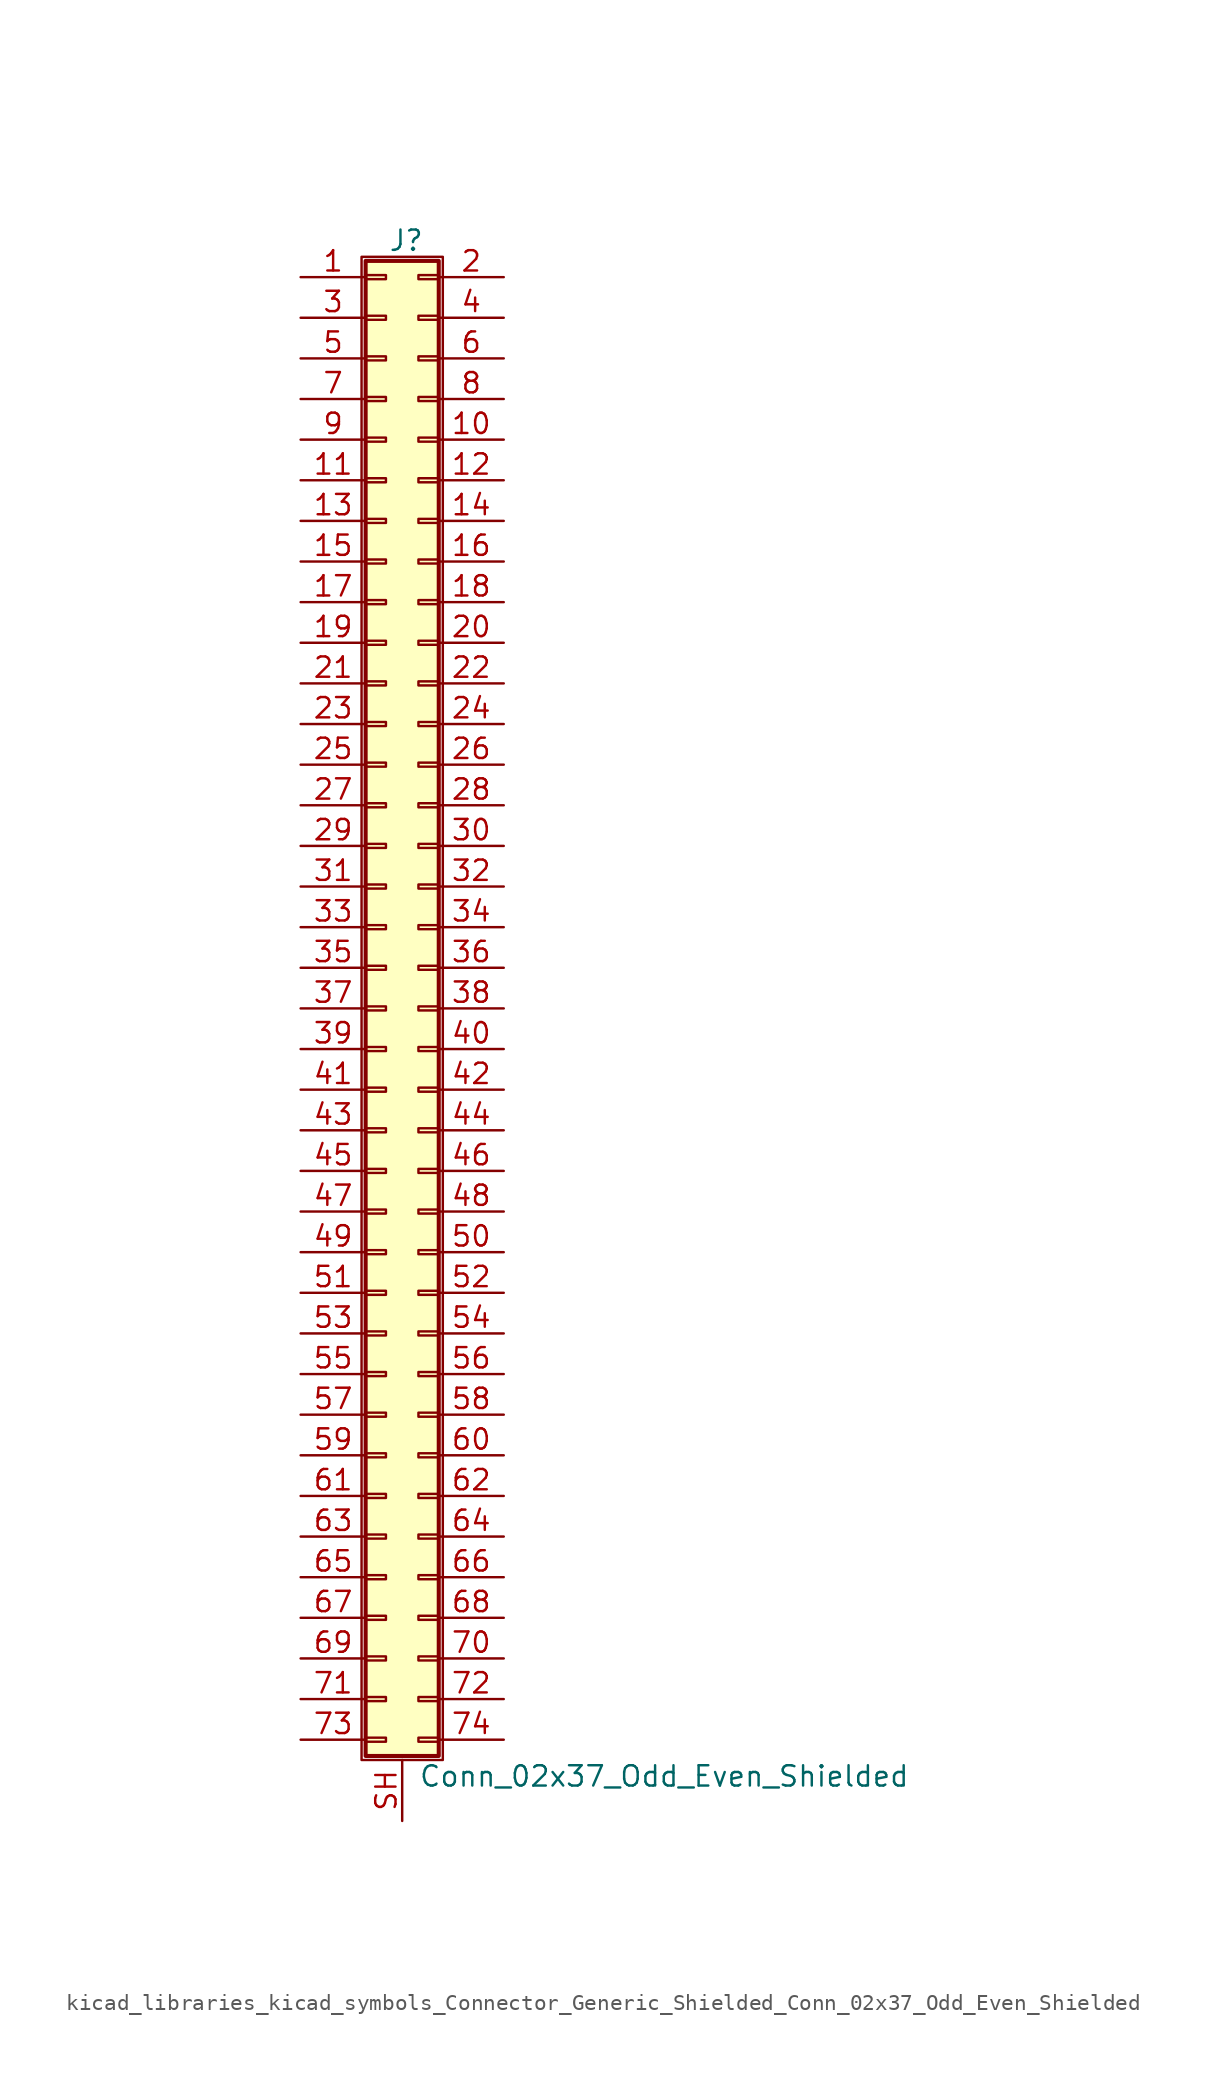
<source format=kicad_sym>
(kicad_symbol_lib
  (version 20220914)
  (generator kicad_symbol_editor)
  (symbol "kicad_libraries_kicad_symbols_Connector_Generic_Shielded_Conn_02x37_Odd_Even_Shielded"
    (pin_names
      (offset 1.016) hide)
    (property "Reference" "J"
      (at 1.524 48.006 0)
      (effects (font (size 1.27 1.27))))
    (property "Value" "Conn_02x37_Odd_Even_Shielded"
      (at 2.286 -48.006 0)
      (effects (font (size 1.27 1.27)) (justify left)))
    (symbol "kicad_libraries_kicad_symbols_Connector_Generic_Shielded_Conn_02x37_Odd_Even_Shielded_1_1"
      (rectangle (start -1.27 46.99) (end 3.81 -46.99) (stroke (width 0.152) (type default)) (fill (type none)))
      (rectangle (start -1.016 -45.593) (end 0.254 -45.847) (stroke (width 0.152) (type default)) (fill (type none)))
      (rectangle (start -1.016 -43.053) (end 0.254 -43.307) (stroke (width 0.152) (type default)) (fill (type none)))
      (rectangle (start -1.016 -40.513) (end 0.254 -40.767) (stroke (width 0.152) (type default)) (fill (type none)))
      (rectangle (start -1.016 -37.973) (end 0.254 -38.227) (stroke (width 0.152) (type default)) (fill (type none)))
      (rectangle (start -1.016 -35.433) (end 0.254 -35.687) (stroke (width 0.152) (type default)) (fill (type none)))
      (rectangle (start -1.016 -32.893) (end 0.254 -33.147) (stroke (width 0.152) (type default)) (fill (type none)))
      (rectangle (start -1.016 -30.353) (end 0.254 -30.607) (stroke (width 0.152) (type default)) (fill (type none)))
      (rectangle (start -1.016 -27.813) (end 0.254 -28.067) (stroke (width 0.152) (type default)) (fill (type none)))
      (rectangle (start -1.016 -25.273) (end 0.254 -25.527) (stroke (width 0.152) (type default)) (fill (type none)))
      (rectangle (start -1.016 -22.733) (end 0.254 -22.987) (stroke (width 0.152) (type default)) (fill (type none)))
      (rectangle (start -1.016 -20.193) (end 0.254 -20.447) (stroke (width 0.152) (type default)) (fill (type none)))
      (rectangle (start -1.016 -17.653) (end 0.254 -17.907) (stroke (width 0.152) (type default)) (fill (type none)))
      (rectangle (start -1.016 -15.113) (end 0.254 -15.367) (stroke (width 0.152) (type default)) (fill (type none)))
      (rectangle (start -1.016 -12.573) (end 0.254 -12.827) (stroke (width 0.152) (type default)) (fill (type none)))
      (rectangle (start -1.016 -10.033) (end 0.254 -10.287) (stroke (width 0.152) (type default)) (fill (type none)))
      (rectangle (start -1.016 -7.493) (end 0.254 -7.747) (stroke (width 0.152) (type default)) (fill (type none)))
      (rectangle (start -1.016 -4.953) (end 0.254 -5.207) (stroke (width 0.152) (type default)) (fill (type none)))
      (rectangle (start -1.016 -2.413) (end 0.254 -2.667) (stroke (width 0.152) (type default)) (fill (type none)))
      (rectangle (start -1.016 0.127) (end 0.254 -0.127) (stroke (width 0.152) (type default)) (fill (type none)))
      (rectangle (start -1.016 2.667) (end 0.254 2.413) (stroke (width 0.152) (type default)) (fill (type none)))
      (rectangle (start -1.016 5.207) (end 0.254 4.953) (stroke (width 0.152) (type default)) (fill (type none)))
      (rectangle (start -1.016 7.747) (end 0.254 7.493) (stroke (width 0.152) (type default)) (fill (type none)))
      (rectangle (start -1.016 10.287) (end 0.254 10.033) (stroke (width 0.152) (type default)) (fill (type none)))
      (rectangle (start -1.016 12.827) (end 0.254 12.573) (stroke (width 0.152) (type default)) (fill (type none)))
      (rectangle (start -1.016 15.367) (end 0.254 15.113) (stroke (width 0.152) (type default)) (fill (type none)))
      (rectangle (start -1.016 17.907) (end 0.254 17.653) (stroke (width 0.152) (type default)) (fill (type none)))
      (rectangle (start -1.016 20.447) (end 0.254 20.193) (stroke (width 0.152) (type default)) (fill (type none)))
      (rectangle (start -1.016 22.987) (end 0.254 22.733) (stroke (width 0.152) (type default)) (fill (type none)))
      (rectangle (start -1.016 25.527) (end 0.254 25.273) (stroke (width 0.152) (type default)) (fill (type none)))
      (rectangle (start -1.016 28.067) (end 0.254 27.813) (stroke (width 0.152) (type default)) (fill (type none)))
      (rectangle (start -1.016 30.607) (end 0.254 30.353) (stroke (width 0.152) (type default)) (fill (type none)))
      (rectangle (start -1.016 33.147) (end 0.254 32.893) (stroke (width 0.152) (type default)) (fill (type none)))
      (rectangle (start -1.016 35.687) (end 0.254 35.433) (stroke (width 0.152) (type default)) (fill (type none)))
      (rectangle (start -1.016 38.227) (end 0.254 37.973) (stroke (width 0.152) (type default)) (fill (type none)))
      (rectangle (start -1.016 40.767) (end 0.254 40.513) (stroke (width 0.152) (type default)) (fill (type none)))
      (rectangle (start -1.016 43.307) (end 0.254 43.053) (stroke (width 0.152) (type default)) (fill (type none)))
      (rectangle (start -1.016 45.847) (end 0.254 45.593) (stroke (width 0.152) (type default)) (fill (type none)))
      (rectangle (start -1.016 46.736) (end 3.556 -46.736) (stroke (width 0.254) (type default)) (fill (type background)))
      (rectangle (start 3.556 -45.593) (end 2.286 -45.847) (stroke (width 0.152) (type default)) (fill (type none)))
      (rectangle (start 3.556 -43.053) (end 2.286 -43.307) (stroke (width 0.152) (type default)) (fill (type none)))
      (rectangle (start 3.556 -40.513) (end 2.286 -40.767) (stroke (width 0.152) (type default)) (fill (type none)))
      (rectangle (start 3.556 -37.973) (end 2.286 -38.227) (stroke (width 0.152) (type default)) (fill (type none)))
      (rectangle (start 3.556 -35.433) (end 2.286 -35.687) (stroke (width 0.152) (type default)) (fill (type none)))
      (rectangle (start 3.556 -32.893) (end 2.286 -33.147) (stroke (width 0.152) (type default)) (fill (type none)))
      (rectangle (start 3.556 -30.353) (end 2.286 -30.607) (stroke (width 0.152) (type default)) (fill (type none)))
      (rectangle (start 3.556 -27.813) (end 2.286 -28.067) (stroke (width 0.152) (type default)) (fill (type none)))
      (rectangle (start 3.556 -25.273) (end 2.286 -25.527) (stroke (width 0.152) (type default)) (fill (type none)))
      (rectangle (start 3.556 -22.733) (end 2.286 -22.987) (stroke (width 0.152) (type default)) (fill (type none)))
      (rectangle (start 3.556 -20.193) (end 2.286 -20.447) (stroke (width 0.152) (type default)) (fill (type none)))
      (rectangle (start 3.556 -17.653) (end 2.286 -17.907) (stroke (width 0.152) (type default)) (fill (type none)))
      (rectangle (start 3.556 -15.113) (end 2.286 -15.367) (stroke (width 0.152) (type default)) (fill (type none)))
      (rectangle (start 3.556 -12.573) (end 2.286 -12.827) (stroke (width 0.152) (type default)) (fill (type none)))
      (rectangle (start 3.556 -10.033) (end 2.286 -10.287) (stroke (width 0.152) (type default)) (fill (type none)))
      (rectangle (start 3.556 -7.493) (end 2.286 -7.747) (stroke (width 0.152) (type default)) (fill (type none)))
      (rectangle (start 3.556 -4.953) (end 2.286 -5.207) (stroke (width 0.152) (type default)) (fill (type none)))
      (rectangle (start 3.556 -2.413) (end 2.286 -2.667) (stroke (width 0.152) (type default)) (fill (type none)))
      (rectangle (start 3.556 0.127) (end 2.286 -0.127) (stroke (width 0.152) (type default)) (fill (type none)))
      (rectangle (start 3.556 2.667) (end 2.286 2.413) (stroke (width 0.152) (type default)) (fill (type none)))
      (rectangle (start 3.556 5.207) (end 2.286 4.953) (stroke (width 0.152) (type default)) (fill (type none)))
      (rectangle (start 3.556 7.747) (end 2.286 7.493) (stroke (width 0.152) (type default)) (fill (type none)))
      (rectangle (start 3.556 10.287) (end 2.286 10.033) (stroke (width 0.152) (type default)) (fill (type none)))
      (rectangle (start 3.556 12.827) (end 2.286 12.573) (stroke (width 0.152) (type default)) (fill (type none)))
      (rectangle (start 3.556 15.367) (end 2.286 15.113) (stroke (width 0.152) (type default)) (fill (type none)))
      (rectangle (start 3.556 17.907) (end 2.286 17.653) (stroke (width 0.152) (type default)) (fill (type none)))
      (rectangle (start 3.556 20.447) (end 2.286 20.193) (stroke (width 0.152) (type default)) (fill (type none)))
      (rectangle (start 3.556 22.987) (end 2.286 22.733) (stroke (width 0.152) (type default)) (fill (type none)))
      (rectangle (start 3.556 25.527) (end 2.286 25.273) (stroke (width 0.152) (type default)) (fill (type none)))
      (rectangle (start 3.556 28.067) (end 2.286 27.813) (stroke (width 0.152) (type default)) (fill (type none)))
      (rectangle (start 3.556 30.607) (end 2.286 30.353) (stroke (width 0.152) (type default)) (fill (type none)))
      (rectangle (start 3.556 33.147) (end 2.286 32.893) (stroke (width 0.152) (type default)) (fill (type none)))
      (rectangle (start 3.556 35.687) (end 2.286 35.433) (stroke (width 0.152) (type default)) (fill (type none)))
      (rectangle (start 3.556 38.227) (end 2.286 37.973) (stroke (width 0.152) (type default)) (fill (type none)))
      (rectangle (start 3.556 40.767) (end 2.286 40.513) (stroke (width 0.152) (type default)) (fill (type none)))
      (rectangle (start 3.556 43.307) (end 2.286 43.053) (stroke (width 0.152) (type default)) (fill (type none)))
      (rectangle (start 3.556 45.847) (end 2.286 45.593) (stroke (width 0.152) (type default)) (fill (type none)))
      (pin passive line (at -5.08 45.72 0) (length 4.064) (name "Pin_1" (effects (font (size 1.27 1.27)))) (number "1" (effects (font (size 1.27 1.27)))))
      (pin passive line (at 7.62 35.56 180) (length 4.064) (name "Pin_10" (effects (font (size 1.27 1.27)))) (number "10" (effects (font (size 1.27 1.27)))))
      (pin passive line (at -5.08 33.02 0) (length 4.064) (name "Pin_11" (effects (font (size 1.27 1.27)))) (number "11" (effects (font (size 1.27 1.27)))))
      (pin passive line (at 7.62 33.02 180) (length 4.064) (name "Pin_12" (effects (font (size 1.27 1.27)))) (number "12" (effects (font (size 1.27 1.27)))))
      (pin passive line (at -5.08 30.48 0) (length 4.064) (name "Pin_13" (effects (font (size 1.27 1.27)))) (number "13" (effects (font (size 1.27 1.27)))))
      (pin passive line (at 7.62 30.48 180) (length 4.064) (name "Pin_14" (effects (font (size 1.27 1.27)))) (number "14" (effects (font (size 1.27 1.27)))))
      (pin passive line (at -5.08 27.94 0) (length 4.064) (name "Pin_15" (effects (font (size 1.27 1.27)))) (number "15" (effects (font (size 1.27 1.27)))))
      (pin passive line (at 7.62 27.94 180) (length 4.064) (name "Pin_16" (effects (font (size 1.27 1.27)))) (number "16" (effects (font (size 1.27 1.27)))))
      (pin passive line (at -5.08 25.4 0) (length 4.064) (name "Pin_17" (effects (font (size 1.27 1.27)))) (number "17" (effects (font (size 1.27 1.27)))))
      (pin passive line (at 7.62 25.4 180) (length 4.064) (name "Pin_18" (effects (font (size 1.27 1.27)))) (number "18" (effects (font (size 1.27 1.27)))))
      (pin passive line (at -5.08 22.86 0) (length 4.064) (name "Pin_19" (effects (font (size 1.27 1.27)))) (number "19" (effects (font (size 1.27 1.27)))))
      (pin passive line (at 7.62 45.72 180) (length 4.064) (name "Pin_2" (effects (font (size 1.27 1.27)))) (number "2" (effects (font (size 1.27 1.27)))))
      (pin passive line (at 7.62 22.86 180) (length 4.064) (name "Pin_20" (effects (font (size 1.27 1.27)))) (number "20" (effects (font (size 1.27 1.27)))))
      (pin passive line (at -5.08 20.32 0) (length 4.064) (name "Pin_21" (effects (font (size 1.27 1.27)))) (number "21" (effects (font (size 1.27 1.27)))))
      (pin passive line (at 7.62 20.32 180) (length 4.064) (name "Pin_22" (effects (font (size 1.27 1.27)))) (number "22" (effects (font (size 1.27 1.27)))))
      (pin passive line (at -5.08 17.78 0) (length 4.064) (name "Pin_23" (effects (font (size 1.27 1.27)))) (number "23" (effects (font (size 1.27 1.27)))))
      (pin passive line (at 7.62 17.78 180) (length 4.064) (name "Pin_24" (effects (font (size 1.27 1.27)))) (number "24" (effects (font (size 1.27 1.27)))))
      (pin passive line (at -5.08 15.24 0) (length 4.064) (name "Pin_25" (effects (font (size 1.27 1.27)))) (number "25" (effects (font (size 1.27 1.27)))))
      (pin passive line (at 7.62 15.24 180) (length 4.064) (name "Pin_26" (effects (font (size 1.27 1.27)))) (number "26" (effects (font (size 1.27 1.27)))))
      (pin passive line (at -5.08 12.7 0) (length 4.064) (name "Pin_27" (effects (font (size 1.27 1.27)))) (number "27" (effects (font (size 1.27 1.27)))))
      (pin passive line (at 7.62 12.7 180) (length 4.064) (name "Pin_28" (effects (font (size 1.27 1.27)))) (number "28" (effects (font (size 1.27 1.27)))))
      (pin passive line (at -5.08 10.16 0) (length 4.064) (name "Pin_29" (effects (font (size 1.27 1.27)))) (number "29" (effects (font (size 1.27 1.27)))))
      (pin passive line (at -5.08 43.18 0) (length 4.064) (name "Pin_3" (effects (font (size 1.27 1.27)))) (number "3" (effects (font (size 1.27 1.27)))))
      (pin passive line (at 7.62 10.16 180) (length 4.064) (name "Pin_30" (effects (font (size 1.27 1.27)))) (number "30" (effects (font (size 1.27 1.27)))))
      (pin passive line (at -5.08 7.62 0) (length 4.064) (name "Pin_31" (effects (font (size 1.27 1.27)))) (number "31" (effects (font (size 1.27 1.27)))))
      (pin passive line (at 7.62 7.62 180) (length 4.064) (name "Pin_32" (effects (font (size 1.27 1.27)))) (number "32" (effects (font (size 1.27 1.27)))))
      (pin passive line (at -5.08 5.08 0) (length 4.064) (name "Pin_33" (effects (font (size 1.27 1.27)))) (number "33" (effects (font (size 1.27 1.27)))))
      (pin passive line (at 7.62 5.08 180) (length 4.064) (name "Pin_34" (effects (font (size 1.27 1.27)))) (number "34" (effects (font (size 1.27 1.27)))))
      (pin passive line (at -5.08 2.54 0) (length 4.064) (name "Pin_35" (effects (font (size 1.27 1.27)))) (number "35" (effects (font (size 1.27 1.27)))))
      (pin passive line (at 7.62 2.54 180) (length 4.064) (name "Pin_36" (effects (font (size 1.27 1.27)))) (number "36" (effects (font (size 1.27 1.27)))))
      (pin passive line (at -5.08 0 0) (length 4.064) (name "Pin_37" (effects (font (size 1.27 1.27)))) (number "37" (effects (font (size 1.27 1.27)))))
      (pin passive line (at 7.62 0 180) (length 4.064) (name "Pin_38" (effects (font (size 1.27 1.27)))) (number "38" (effects (font (size 1.27 1.27)))))
      (pin passive line (at -5.08 -2.54 0) (length 4.064) (name "Pin_39" (effects (font (size 1.27 1.27)))) (number "39" (effects (font (size 1.27 1.27)))))
      (pin passive line (at 7.62 43.18 180) (length 4.064) (name "Pin_4" (effects (font (size 1.27 1.27)))) (number "4" (effects (font (size 1.27 1.27)))))
      (pin passive line (at 7.62 -2.54 180) (length 4.064) (name "Pin_40" (effects (font (size 1.27 1.27)))) (number "40" (effects (font (size 1.27 1.27)))))
      (pin passive line (at -5.08 -5.08 0) (length 4.064) (name "Pin_41" (effects (font (size 1.27 1.27)))) (number "41" (effects (font (size 1.27 1.27)))))
      (pin passive line (at 7.62 -5.08 180) (length 4.064) (name "Pin_42" (effects (font (size 1.27 1.27)))) (number "42" (effects (font (size 1.27 1.27)))))
      (pin passive line (at -5.08 -7.62 0) (length 4.064) (name "Pin_43" (effects (font (size 1.27 1.27)))) (number "43" (effects (font (size 1.27 1.27)))))
      (pin passive line (at 7.62 -7.62 180) (length 4.064) (name "Pin_44" (effects (font (size 1.27 1.27)))) (number "44" (effects (font (size 1.27 1.27)))))
      (pin passive line (at -5.08 -10.16 0) (length 4.064) (name "Pin_45" (effects (font (size 1.27 1.27)))) (number "45" (effects (font (size 1.27 1.27)))))
      (pin passive line (at 7.62 -10.16 180) (length 4.064) (name "Pin_46" (effects (font (size 1.27 1.27)))) (number "46" (effects (font (size 1.27 1.27)))))
      (pin passive line (at -5.08 -12.7 0) (length 4.064) (name "Pin_47" (effects (font (size 1.27 1.27)))) (number "47" (effects (font (size 1.27 1.27)))))
      (pin passive line (at 7.62 -12.7 180) (length 4.064) (name "Pin_48" (effects (font (size 1.27 1.27)))) (number "48" (effects (font (size 1.27 1.27)))))
      (pin passive line (at -5.08 -15.24 0) (length 4.064) (name "Pin_49" (effects (font (size 1.27 1.27)))) (number "49" (effects (font (size 1.27 1.27)))))
      (pin passive line (at -5.08 40.64 0) (length 4.064) (name "Pin_5" (effects (font (size 1.27 1.27)))) (number "5" (effects (font (size 1.27 1.27)))))
      (pin passive line (at 7.62 -15.24 180) (length 4.064) (name "Pin_50" (effects (font (size 1.27 1.27)))) (number "50" (effects (font (size 1.27 1.27)))))
      (pin passive line (at -5.08 -17.78 0) (length 4.064) (name "Pin_51" (effects (font (size 1.27 1.27)))) (number "51" (effects (font (size 1.27 1.27)))))
      (pin passive line (at 7.62 -17.78 180) (length 4.064) (name "Pin_52" (effects (font (size 1.27 1.27)))) (number "52" (effects (font (size 1.27 1.27)))))
      (pin passive line (at -5.08 -20.32 0) (length 4.064) (name "Pin_53" (effects (font (size 1.27 1.27)))) (number "53" (effects (font (size 1.27 1.27)))))
      (pin passive line (at 7.62 -20.32 180) (length 4.064) (name "Pin_54" (effects (font (size 1.27 1.27)))) (number "54" (effects (font (size 1.27 1.27)))))
      (pin passive line (at -5.08 -22.86 0) (length 4.064) (name "Pin_55" (effects (font (size 1.27 1.27)))) (number "55" (effects (font (size 1.27 1.27)))))
      (pin passive line (at 7.62 -22.86 180) (length 4.064) (name "Pin_56" (effects (font (size 1.27 1.27)))) (number "56" (effects (font (size 1.27 1.27)))))
      (pin passive line (at -5.08 -25.4 0) (length 4.064) (name "Pin_57" (effects (font (size 1.27 1.27)))) (number "57" (effects (font (size 1.27 1.27)))))
      (pin passive line (at 7.62 -25.4 180) (length 4.064) (name "Pin_58" (effects (font (size 1.27 1.27)))) (number "58" (effects (font (size 1.27 1.27)))))
      (pin passive line (at -5.08 -27.94 0) (length 4.064) (name "Pin_59" (effects (font (size 1.27 1.27)))) (number "59" (effects (font (size 1.27 1.27)))))
      (pin passive line (at 7.62 40.64 180) (length 4.064) (name "Pin_6" (effects (font (size 1.27 1.27)))) (number "6" (effects (font (size 1.27 1.27)))))
      (pin passive line (at 7.62 -27.94 180) (length 4.064) (name "Pin_60" (effects (font (size 1.27 1.27)))) (number "60" (effects (font (size 1.27 1.27)))))
      (pin passive line (at -5.08 -30.48 0) (length 4.064) (name "Pin_61" (effects (font (size 1.27 1.27)))) (number "61" (effects (font (size 1.27 1.27)))))
      (pin passive line (at 7.62 -30.48 180) (length 4.064) (name "Pin_62" (effects (font (size 1.27 1.27)))) (number "62" (effects (font (size 1.27 1.27)))))
      (pin passive line (at -5.08 -33.02 0) (length 4.064) (name "Pin_63" (effects (font (size 1.27 1.27)))) (number "63" (effects (font (size 1.27 1.27)))))
      (pin passive line (at 7.62 -33.02 180) (length 4.064) (name "Pin_64" (effects (font (size 1.27 1.27)))) (number "64" (effects (font (size 1.27 1.27)))))
      (pin passive line (at -5.08 -35.56 0) (length 4.064) (name "Pin_65" (effects (font (size 1.27 1.27)))) (number "65" (effects (font (size 1.27 1.27)))))
      (pin passive line (at 7.62 -35.56 180) (length 4.064) (name "Pin_66" (effects (font (size 1.27 1.27)))) (number "66" (effects (font (size 1.27 1.27)))))
      (pin passive line (at -5.08 -38.1 0) (length 4.064) (name "Pin_67" (effects (font (size 1.27 1.27)))) (number "67" (effects (font (size 1.27 1.27)))))
      (pin passive line (at 7.62 -38.1 180) (length 4.064) (name "Pin_68" (effects (font (size 1.27 1.27)))) (number "68" (effects (font (size 1.27 1.27)))))
      (pin passive line (at -5.08 -40.64 0) (length 4.064) (name "Pin_69" (effects (font (size 1.27 1.27)))) (number "69" (effects (font (size 1.27 1.27)))))
      (pin passive line (at -5.08 38.1 0) (length 4.064) (name "Pin_7" (effects (font (size 1.27 1.27)))) (number "7" (effects (font (size 1.27 1.27)))))
      (pin passive line (at 7.62 -40.64 180) (length 4.064) (name "Pin_70" (effects (font (size 1.27 1.27)))) (number "70" (effects (font (size 1.27 1.27)))))
      (pin passive line (at -5.08 -43.18 0) (length 4.064) (name "Pin_71" (effects (font (size 1.27 1.27)))) (number "71" (effects (font (size 1.27 1.27)))))
      (pin passive line (at 7.62 -43.18 180) (length 4.064) (name "Pin_72" (effects (font (size 1.27 1.27)))) (number "72" (effects (font (size 1.27 1.27)))))
      (pin passive line (at -5.08 -45.72 0) (length 4.064) (name "Pin_73" (effects (font (size 1.27 1.27)))) (number "73" (effects (font (size 1.27 1.27)))))
      (pin passive line (at 7.62 -45.72 180) (length 4.064) (name "Pin_74" (effects (font (size 1.27 1.27)))) (number "74" (effects (font (size 1.27 1.27)))))
      (pin passive line (at 7.62 38.1 180) (length 4.064) (name "Pin_8" (effects (font (size 1.27 1.27)))) (number "8" (effects (font (size 1.27 1.27)))))
      (pin passive line (at -5.08 35.56 0) (length 4.064) (name "Pin_9" (effects (font (size 1.27 1.27)))) (number "9" (effects (font (size 1.27 1.27)))))
      (pin passive line (at 1.27 -50.8 90) (length 3.81) (name "Shield" (effects (font (size 1.27 1.27)))) (number "SH" (effects (font (size 1.27 1.27))))))))
</source>
